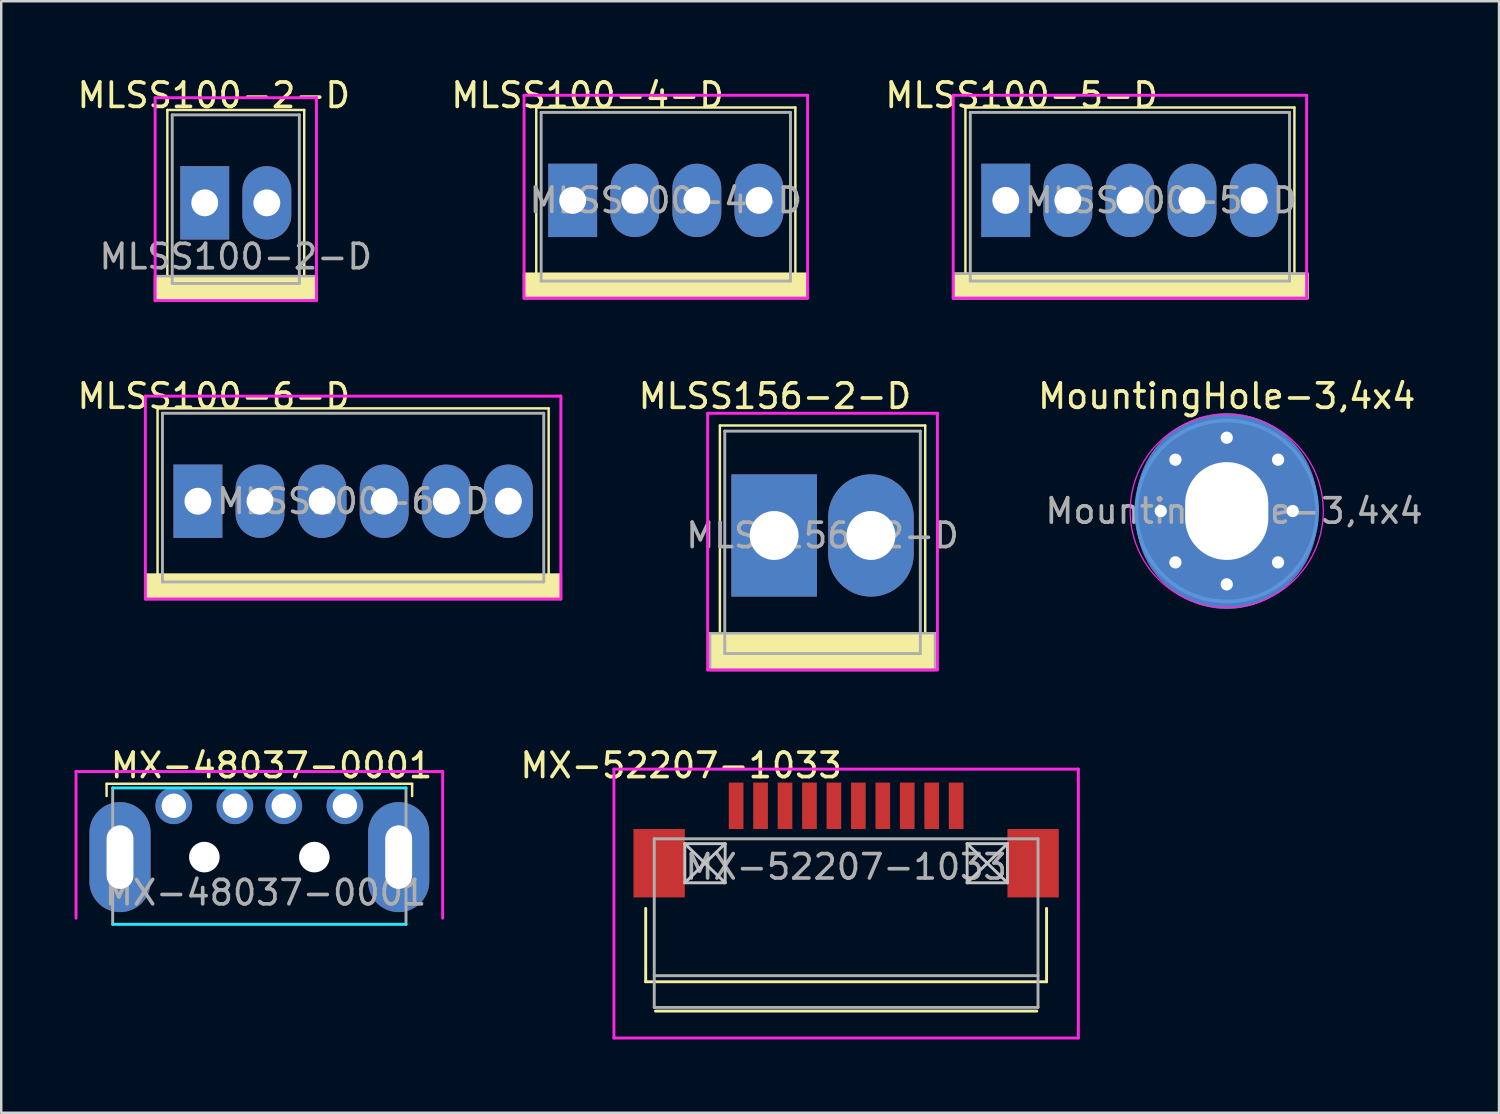
<source format=kicad_pcb>
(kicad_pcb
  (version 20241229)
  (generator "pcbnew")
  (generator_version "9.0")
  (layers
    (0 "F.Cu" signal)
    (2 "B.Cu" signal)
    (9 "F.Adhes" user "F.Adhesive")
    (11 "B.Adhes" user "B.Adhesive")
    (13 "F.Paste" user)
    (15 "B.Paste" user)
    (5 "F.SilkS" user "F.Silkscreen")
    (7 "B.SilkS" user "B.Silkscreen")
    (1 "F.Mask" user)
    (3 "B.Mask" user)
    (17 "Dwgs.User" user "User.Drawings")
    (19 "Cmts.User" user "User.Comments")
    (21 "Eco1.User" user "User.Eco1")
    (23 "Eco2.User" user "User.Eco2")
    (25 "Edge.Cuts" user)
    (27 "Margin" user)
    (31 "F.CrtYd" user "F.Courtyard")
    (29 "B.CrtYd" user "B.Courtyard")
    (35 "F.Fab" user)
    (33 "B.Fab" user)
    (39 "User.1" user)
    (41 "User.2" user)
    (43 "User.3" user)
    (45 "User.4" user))
  (footprint "MLSS100-6-D"
    (layer "F.Cu")
    (at 11.396 17.456)
    (property "Reference" "MLSS100-6-D" (at -5.7 -4.3 0) (layer "F.SilkS") (effects (font (size 1 1) (thickness 0.15))))
    (attr through_hole)
    (fp_line (start -8 -3.8) (end 8 -3.8) (stroke (width 0.1) (type solid)) (layer "F.SilkS"))
    (fp_line (start -8 3.5) (end -8 -3.8) (stroke (width 0.1) (type solid)) (layer "F.SilkS"))
    (fp_line (start 8 -3.8) (end 8 3.5) (stroke (width 0.1) (type solid)) (layer "F.SilkS"))
    (fp_line (start 8 3.5) (end -8 3.5) (stroke (width 0.1) (type solid)) (layer "F.SilkS"))
    (fp_poly (pts (xy 8.5 4) (xy -8.5 4) (xy -8.5 3) (xy 8.5 3)) (stroke (width 0.1) (type solid)) (fill yes) (layer "F.SilkS"))
    (fp_line (start -8.5 -4.3) (end -8.5 4) (stroke (width 0.12) (type solid)) (layer "F.CrtYd"))
    (fp_line (start -8.5 -4.3) (end 8.5 -4.3) (stroke (width 0.12) (type solid)) (layer "F.CrtYd"))
    (fp_line (start 8.5 -4.3) (end 8.5 4) (stroke (width 0.12) (type solid)) (layer "F.CrtYd"))
    (fp_line (start 8.5 4) (end -8.5 4) (stroke (width 0.12) (type solid)) (layer "F.CrtYd"))
    (fp_line (start -7.8 -3.6) (end -7.8 3.3) (stroke (width 0.12) (type solid)) (layer "F.Fab"))
    (fp_line (start -7.8 3.3) (end 7.8 3.3) (stroke (width 0.12) (type solid)) (layer "F.Fab"))
    (fp_line (start 7.8 -3.6) (end -7.8 -3.6) (stroke (width 0.12) (type solid)) (layer "F.Fab"))
    (fp_line (start 7.8 -3.6) (end 7.8 3.3) (stroke (width 0.12) (type solid)) (layer "F.Fab"))
    (fp_text user "${REFERENCE}" (at 0 0 0) (layer "F.Fab") (effects (font (size 1 1) (thickness 0.15))))
    (pad "1" thru_hole rect (at -6.35 0) (size 2 3) (drill 1.1) (layers "*.Cu" "*.Mask"))
    (pad "2" thru_hole oval (at -3.81 0) (size 2 3) (drill 1.1) (layers "*.Cu" "*.Mask"))
    (pad "3" thru_hole oval (at -1.27 0) (size 2 3) (drill 1.1) (layers "*.Cu" "*.Mask"))
    (pad "4" thru_hole oval (at 1.27 0) (size 2 3) (drill 1.1) (layers "*.Cu" "*.Mask"))
    (pad "5" thru_hole oval (at 3.81 0) (size 2 3) (drill 1.1) (layers "*.Cu" "*.Mask"))
    (pad "6" thru_hole oval (at 6.35 0) (size 2 3) (drill 1.1) (layers "*.Cu" "*.Mask")))
  (footprint "MountingHole-3,4x4"
    (layer "F.Cu")
    (at 47.137 17.857)
    (property "Reference" "MountingHole-3,4x4" (at 0 -4.7 0) (layer "F.SilkS") (effects (font (size 1 1) (thickness 0.15))))
    (attr exclude_from_pos_files exclude_from_bom)
    (fp_circle (center 0 0) (end 3.7 0) (stroke (width 0.15) (type solid)) (fill no) (layer "Cmts.User"))
    (fp_circle (center 0 0) (end 3.95 0) (stroke (width 0.05) (type solid)) (fill no) (layer "F.CrtYd"))
    (fp_text user "${REFERENCE}" (at 0.3 0 0) (layer "F.Fab") (effects (font (size 1 1) (thickness 0.15))))
    (pad "1" thru_hole circle (at -2.7 0) (size 0.8 0.8) (drill 0.5) (layers "*.Cu" "*.Mask"))
    (pad "1" thru_hole circle (at -2.1 -2.1) (size 0.8 0.8) (drill 0.5) (layers "*.Cu" "*.Mask"))
    (pad "1" thru_hole circle (at -2.1 2.1) (size 0.8 0.8) (drill 0.5) (layers "*.Cu" "*.Mask"))
    (pad "1" thru_hole circle (at 0 -3) (size 0.8 0.8) (drill 0.5) (layers "*.Cu" "*.Mask"))
    (pad "1" thru_hole oval (at 0 0) (size 7.4 8) (drill oval 3.4 4) (layers "*.Cu" "*.Mask"))
    (pad "1" thru_hole circle (at 0 3) (size 0.8 0.8) (drill 0.5) (layers "*.Cu" "*.Mask"))
    (pad "1" thru_hole circle (at 2.1 -2.1) (size 0.8 0.8) (drill 0.5) (layers "*.Cu" "*.Mask"))
    (pad "1" thru_hole circle (at 2.1 2.1) (size 0.8 0.8) (drill 0.5) (layers "*.Cu" "*.Mask"))
    (pad "1" thru_hole circle (at 2.7 0) (size 0.8 0.8) (drill 0.5) (layers "*.Cu" "*.Mask")))
  (footprint "MLSS100-2-D"
    (layer "F.Cu")
    (at 6.596 5.248)
    (property "Reference" "MLSS100-2-D" (at -0.9 -4.4 0) (layer "F.SilkS") (effects (font (size 1 1) (thickness 0.15))))
    (attr through_hole)
    (fp_line (start -2.8 -3.8) (end 2.8 -3.8) (stroke (width 0.1) (type solid)) (layer "F.SilkS"))
    (fp_line (start -2.8 3.5) (end -2.8 -3.8) (stroke (width 0.1) (type solid)) (layer "F.SilkS"))
    (fp_line (start 2.8 -3.8) (end 2.8 3.5) (stroke (width 0.1) (type solid)) (layer "F.SilkS"))
    (fp_line (start 2.8 3.5) (end -2.8 3.5) (stroke (width 0.1) (type solid)) (layer "F.SilkS"))
    (fp_poly (pts (xy 3.3 4) (xy -3.3 4) (xy -3.3 3) (xy 3.3 3)) (stroke (width 0.1) (type solid)) (fill yes) (layer "F.SilkS"))
    (fp_line (start -3.3 -4.3) (end 3.3 -4.3) (stroke (width 0.12) (type solid)) (layer "F.CrtYd"))
    (fp_line (start -3.3 4) (end -3.3 -4.3) (stroke (width 0.12) (type solid)) (layer "F.CrtYd"))
    (fp_line (start 3.3 -4.3) (end 3.3 4) (stroke (width 0.12) (type solid)) (layer "F.CrtYd"))
    (fp_line (start 3.3 4) (end -3.3 4) (stroke (width 0.12) (type solid)) (layer "F.CrtYd"))
    (fp_line (start -2.6 -3.6) (end -2.6 3.3) (stroke (width 0.12) (type solid)) (layer "F.Fab"))
    (fp_line (start -2.6 3.3) (end 2.6 3.3) (stroke (width 0.12) (type solid)) (layer "F.Fab"))
    (fp_line (start 2.6 -3.6) (end -2.6 -3.6) (stroke (width 0.12) (type solid)) (layer "F.Fab"))
    (fp_line (start 2.6 3.3) (end 2.6 -3.6) (stroke (width 0.12) (type solid)) (layer "F.Fab"))
    (fp_poly (pts (xy 3.3 4) (xy -3.3 4) (xy -3.3 3) (xy 3.3 3)) (stroke (width 0.1) (type solid)) (fill no) (layer "F.Fab"))
    (fp_text user "${REFERENCE}" (at 0 2.2 0) (layer "F.Fab") (effects (font (size 1 1) (thickness 0.15))))
    (pad "1" thru_hole rect (at -1.27 0) (size 2 3) (drill 1.1) (layers "*.Cu" "*.Mask"))
    (pad "2" thru_hole oval (at 1.27 0) (size 2 3) (drill 1.1) (layers "*.Cu" "*.Mask")))
  (footprint "MX-48037-0001"
    (layer "F.Cu")
    (at 7.56 32.015)
    (property "Reference" "MX-48037-0001" (at 0.5 -3.75 0) (layer "F.SilkS") (effects (font (size 1 1) (thickness 0.15))))
    (attr through_hole)
    (fp_line (start -6.25 -3) (end -6.25 -2.5) (stroke (width 0.1) (type solid)) (layer "F.SilkS"))
    (fp_line (start 6.25 -3) (end -6.25 -3) (stroke (width 0.1) (type solid)) (layer "F.SilkS"))
    (fp_line (start 6.25 -2.5) (end 6.25 -3) (stroke (width 0.1) (type solid)) (layer "F.SilkS"))
    (fp_line (start -6 -2.83) (end 6 -2.83) (stroke (width 0.12) (type solid)) (layer "B.CrtYd"))
    (fp_line (start -6 2.75) (end 6 2.75) (stroke (width 0.12) (type solid)) (layer "B.CrtYd"))
    (fp_line (start -7.5 -3.5) (end -7.5 2.5) (stroke (width 0.12) (type solid)) (layer "F.CrtYd"))
    (fp_line (start 7.5 -3.5) (end -7.5 -3.5) (stroke (width 0.12) (type solid)) (layer "F.CrtYd"))
    (fp_line (start 7.5 2.5) (end 7.5 -3.5) (stroke (width 0.12) (type solid)) (layer "F.CrtYd"))
    (fp_line (start -6 2.75) (end -6 -2.83) (stroke (width 0.12) (type solid)) (layer "F.Fab"))
    (fp_line (start 6 2.75) (end 6 -2.83) (stroke (width 0.12) (type solid)) (layer "F.Fab"))
    (fp_text user "${REFERENCE}" (at 0.254 1.456 0) (layer "F.Fab") (effects (font (size 1 1) (thickness 0.15))))
    (pad "" np_thru_hole circle (at -2.25 0) (size 1.25 1.25) (drill 1.25) (layers "*.Cu" "*.Mask"))
    (pad "" np_thru_hole circle (at 2.25 0) (size 1.25 1.25) (drill 1.25) (layers "*.Cu" "*.Mask"))
    (pad "1" thru_hole circle (at 3.5 -2.1) (size 1.5 1.5) (drill 1) (layers "*.Cu" "*.Mask"))
    (pad "2" thru_hole circle (at 1 -2.1) (size 1.5 1.5) (drill 1) (layers "*.Cu" "*.Mask"))
    (pad "3" thru_hole circle (at -1 -2.1) (size 1.5 1.5) (drill 1) (layers "*.Cu" "*.Mask"))
    (pad "4" thru_hole circle (at -3.5 -2.1) (size 1.5 1.5) (drill 1) (layers "*.Cu" "*.Mask"))
    (pad "5" thru_hole oval (at -5.7 0) (size 2.5 4.5) (drill oval 1.1 2.6) (layers "*.Cu" "*.Mask"))
    (pad "5" thru_hole oval (at 5.7 0) (size 2.5 4.5) (drill oval 1.1 2.6) (layers "*.Cu" "*.Mask")))
  (footprint "MLSS100-5-D"
    (layer "F.Cu")
    (at 44.446 5.148)
    (property "Reference" "MLSS100-5-D" (at -5.7 -4.3 0) (layer "F.SilkS") (effects (font (size 1 1) (thickness 0.15))))
    (attr through_hole)
    (fp_line (start -8 -3.8) (end 5.46 -3.8) (stroke (width 0.1) (type solid)) (layer "F.SilkS"))
    (fp_line (start -8 3.5) (end -8 -3.8) (stroke (width 0.1) (type solid)) (layer "F.SilkS"))
    (fp_line (start 5.46 -3.8) (end 5.46 3.5) (stroke (width 0.1) (type solid)) (layer "F.SilkS"))
    (fp_line (start 6 3.5) (end -8 3.5) (stroke (width 0.1) (type solid)) (layer "F.SilkS"))
    (fp_poly (pts (xy 6 4) (xy -8.5 4) (xy -8.5 3) (xy 6 3)) (stroke (width 0.1) (type solid)) (fill yes) (layer "F.SilkS"))
    (fp_line (start -8.5 -4.3) (end -8.5 4) (stroke (width 0.12) (type solid)) (layer "F.CrtYd"))
    (fp_line (start -8.5 -4.3) (end 5.96 -4.3) (stroke (width 0.12) (type solid)) (layer "F.CrtYd"))
    (fp_line (start 5.96 -4.3) (end 5.96 4) (stroke (width 0.12) (type solid)) (layer "F.CrtYd"))
    (fp_line (start 5.96 4) (end -8.5 4) (stroke (width 0.12) (type solid)) (layer "F.CrtYd"))
    (fp_line (start -7.8 -3.6) (end -7.8 3.3) (stroke (width 0.12) (type solid)) (layer "F.Fab"))
    (fp_line (start -7.8 3.3) (end 5.26 3.3) (stroke (width 0.12) (type solid)) (layer "F.Fab"))
    (fp_line (start 5.26 -3.6) (end -7.8 -3.6) (stroke (width 0.12) (type solid)) (layer "F.Fab"))
    (fp_line (start 5.26 -3.6) (end 5.26 3.3) (stroke (width 0.12) (type solid)) (layer "F.Fab"))
    (fp_poly (pts (xy 6 4) (xy -8.5 4) (xy -8.5 3) (xy 6 3)) (stroke (width 0.1) (type solid)) (fill no) (layer "F.Fab"))
    (fp_text user "${REFERENCE}" (at 0 0 0) (layer "F.Fab") (effects (font (size 1 1) (thickness 0.15))))
    (pad "1" thru_hole rect (at -6.35 0) (size 2 3) (drill 1.1) (layers "*.Cu" "*.Mask"))
    (pad "2" thru_hole oval (at -3.81 0) (size 2 3) (drill 1.1) (layers "*.Cu" "*.Mask"))
    (pad "3" thru_hole oval (at -1.27 0) (size 2 3) (drill 1.1) (layers "*.Cu" "*.Mask"))
    (pad "4" thru_hole oval (at 1.27 0) (size 2 3) (drill 1.1) (layers "*.Cu" "*.Mask"))
    (pad "5" thru_hole oval (at 3.81 0) (size 2 3) (drill 1.1) (layers "*.Cu" "*.Mask")))
  (footprint "MX-52207-1033"
    (layer "F.Cu")
    (at 31.566 29.915)
    (property "Reference" "MX-52207-1033" (at -6.75 -1.65 0) (layer "F.SilkS") (effects (font (size 1 1) (thickness 0.15))))
    (attr through_hole)
    (fp_line (start -8.2 4.2) (end -8.2 7.2) (stroke (width 0.12) (type solid)) (layer "F.SilkS"))
    (fp_line (start -7.8 8.4) (end 7.8 8.4) (stroke (width 0.12) (type solid)) (layer "F.SilkS"))
    (fp_line (start 8.2 4.2) (end 8.2 7.2) (stroke (width 0.12) (type solid)) (layer "F.SilkS"))
    (fp_line (start 8.2 7.2) (end -8.2 7.2) (stroke (width 0.12) (type solid)) (layer "F.SilkS"))
    (fp_line (start -6.6 1.55) (end -6.6 3.15) (stroke (width 0.12) (type solid)) (layer "Dwgs.User"))
    (fp_line (start -6.6 1.55) (end -4.95 1.55) (stroke (width 0.12) (type solid)) (layer "Dwgs.User"))
    (fp_line (start -6.6 1.55) (end -4.95 3.15) (stroke (width 0.12) (type solid)) (layer "Dwgs.User"))
    (fp_line (start -6.6 3.15) (end -4.95 3.15) (stroke (width 0.12) (type solid)) (layer "Dwgs.User"))
    (fp_line (start -4.95 1.55) (end -6.6 3.15) (stroke (width 0.12) (type solid)) (layer "Dwgs.User"))
    (fp_line (start -4.95 1.55) (end -4.95 3.15) (stroke (width 0.12) (type solid)) (layer "Dwgs.User"))
    (fp_line (start 4.95 3.15) (end 4.95 1.55) (stroke (width 0.12) (type solid)) (layer "Dwgs.User"))
    (fp_line (start 4.95 3.15) (end 6.6 1.55) (stroke (width 0.12) (type solid)) (layer "Dwgs.User"))
    (fp_line (start 6.6 1.55) (end 4.95 1.55) (stroke (width 0.12) (type solid)) (layer "Dwgs.User"))
    (fp_line (start 6.6 3.15) (end 4.95 1.55) (stroke (width 0.12) (type solid)) (layer "Dwgs.User"))
    (fp_line (start 6.6 3.15) (end 4.95 3.15) (stroke (width 0.12) (type solid)) (layer "Dwgs.User"))
    (fp_line (start 6.6 3.15) (end 6.6 1.55) (stroke (width 0.12) (type solid)) (layer "Dwgs.User"))
    (fp_line (start -9.5 -1.5) (end 9.5 -1.5) (stroke (width 0.12) (type solid)) (layer "F.CrtYd"))
    (fp_line (start -9.5 9.5) (end -9.5 -1.5) (stroke (width 0.12) (type solid)) (layer "F.CrtYd"))
    (fp_line (start 9.5 -1.5) (end 9.5 9.5) (stroke (width 0.12) (type solid)) (layer "F.CrtYd"))
    (fp_line (start 9.5 9.5) (end -9.5 9.5) (stroke (width 0.12) (type solid)) (layer "F.CrtYd"))
    (fp_line (start -7.85 1.35) (end -7.85 8.25) (stroke (width 0.12) (type solid)) (layer "F.Fab"))
    (fp_line (start -7.85 1.35) (end 7.85 1.35) (stroke (width 0.12) (type solid)) (layer "F.Fab"))
    (fp_line (start -7.85 6.95) (end 7.85 6.95) (stroke (width 0.12) (type solid)) (layer "F.Fab"))
    (fp_line (start -7.85 8.25) (end 7.85 8.25) (stroke (width 0.12) (type solid)) (layer "F.Fab"))
    (fp_line (start 7.85 1.35) (end 7.85 8.25) (stroke (width 0.12) (type solid)) (layer "F.Fab"))
    (fp_text user "${REFERENCE}" (at 0 2.5 0) (layer "F.Fab") (effects (font (size 1 1) (thickness 0.15))))
    (pad "" smd rect (at -7.65 2.35) (size 2.1 2.8) (layers "F.Cu" "F.Mask" "F.Paste"))
    (pad "" smd rect (at 7.65 2.35 180) (size 2.1 2.8) (layers "F.Cu" "F.Mask" "F.Paste"))
    (pad "1" smd rect (at -4.5 0) (size 0.6 1.9) (layers "F.Cu" "F.Mask" "F.Paste"))
    (pad "2" smd rect (at -3.5 0) (size 0.6 1.9) (layers "F.Cu" "F.Mask" "F.Paste"))
    (pad "3" smd rect (at -2.5 0) (size 0.6 1.9) (layers "F.Cu" "F.Mask" "F.Paste"))
    (pad "4" smd rect (at -1.5 0) (size 0.6 1.9) (layers "F.Cu" "F.Mask" "F.Paste"))
    (pad "5" smd rect (at -0.5 0) (size 0.6 1.9) (layers "F.Cu" "F.Mask" "F.Paste"))
    (pad "6" smd rect (at 0.5 0) (size 0.6 1.9) (layers "F.Cu" "F.Mask" "F.Paste"))
    (pad "7" smd rect (at 1.5 0) (size 0.6 1.9) (layers "F.Cu" "F.Mask" "F.Paste"))
    (pad "8" smd rect (at 2.5 0) (size 0.6 1.9) (layers "F.Cu" "F.Mask" "F.Paste"))
    (pad "9" smd rect (at 3.5 0) (size 0.6 1.9) (layers "F.Cu" "F.Mask" "F.Paste"))
    (pad "10" smd rect (at 4.5 0) (size 0.6 1.9) (layers "F.Cu" "F.Mask" "F.Paste")))
  (footprint "MLSS100-4-D"
    (layer "F.Cu")
    (at 24.189 5.148)
    (property "Reference" "MLSS100-4-D" (at -3.2 -4.3 0) (layer "F.SilkS") (effects (font (size 1 1) (thickness 0.15))))
    (attr through_hole)
    (fp_line (start -5.3 -3.8) (end 5.3 -3.8) (stroke (width 0.1) (type solid)) (layer "F.SilkS"))
    (fp_line (start -5.3 3.5) (end -5.3 -3.8) (stroke (width 0.1) (type solid)) (layer "F.SilkS"))
    (fp_line (start 5.3 -3.8) (end 5.3 3.5) (stroke (width 0.1) (type solid)) (layer "F.SilkS"))
    (fp_line (start 5.3 3.5) (end -5.3 3.5) (stroke (width 0.1) (type solid)) (layer "F.SilkS"))
    (fp_poly (pts (xy 5.8 4) (xy -5.8 4) (xy -5.8 3) (xy 5.8 3)) (stroke (width 0.1) (type solid)) (fill yes) (layer "F.SilkS"))
    (fp_line (start -5.8 -4.3) (end 5.8 -4.3) (stroke (width 0.12) (type solid)) (layer "F.CrtYd"))
    (fp_line (start -5.8 4) (end -5.8 -4.3) (stroke (width 0.12) (type solid)) (layer "F.CrtYd"))
    (fp_line (start 5.8 -4.3) (end 5.8 4) (stroke (width 0.12) (type solid)) (layer "F.CrtYd"))
    (fp_line (start 5.8 4) (end -5.8 4) (stroke (width 0.12) (type solid)) (layer "F.CrtYd"))
    (fp_line (start -5.1 -3.6) (end -5.1 3.3) (stroke (width 0.12) (type solid)) (layer "F.Fab"))
    (fp_line (start -5.1 3.3) (end 5.1 3.3) (stroke (width 0.12) (type solid)) (layer "F.Fab"))
    (fp_line (start 5.1 -3.6) (end -5.1 -3.6) (stroke (width 0.12) (type solid)) (layer "F.Fab"))
    (fp_line (start 5.1 0) (end 5.1 -3.6) (stroke (width 0.12) (type solid)) (layer "F.Fab"))
    (fp_line (start 5.1 3.3) (end 5.1 0) (stroke (width 0.12) (type solid)) (layer "F.Fab"))
    (fp_text user "${REFERENCE}" (at 0 0 0) (layer "F.Fab") (effects (font (size 1 1) (thickness 0.15))))
    (pad "1" thru_hole rect (at -3.81 0) (size 2 3) (drill 1.1) (layers "*.Cu" "*.Mask"))
    (pad "2" thru_hole oval (at -1.27 0) (size 2 3) (drill 1.1) (layers "*.Cu" "*.Mask"))
    (pad "3" thru_hole oval (at 1.27 0) (size 2 3) (drill 1.1) (layers "*.Cu" "*.Mask"))
    (pad "4" thru_hole oval (at 3.81 0) (size 2 3) (drill 1.1) (layers "*.Cu" "*.Mask")))
  (footprint "MLSS156-2-D"
    (layer "F.Cu")
    (at 30.601 18.857)
    (property "Reference" "MLSS156-2-D" (at -1.948 -5.7 0) (layer "F.SilkS") (effects (font (size 1 1) (thickness 0.15))))
    (attr through_hole)
    (fp_line (start -4.2 -4.5) (end 4.2 -4.5) (stroke (width 0.1) (type solid)) (layer "F.SilkS"))
    (fp_line (start -4.2 5) (end -4.2 -4.5) (stroke (width 0.1) (type solid)) (layer "F.SilkS"))
    (fp_line (start 4.2 -4.5) (end 4.2 5) (stroke (width 0.1) (type solid)) (layer "F.SilkS"))
    (fp_line (start 4.2 5) (end -4.2 5) (stroke (width 0.1) (type solid)) (layer "F.SilkS"))
    (fp_poly (pts (xy 4.6 5.5) (xy -4.6 5.5) (xy -4.6 4) (xy 4.6 4)) (stroke (width 0.1) (type solid)) (fill yes) (layer "F.SilkS"))
    (fp_line (start -4.7 -5) (end 4.7 -5) (stroke (width 0.12) (type solid)) (layer "F.CrtYd"))
    (fp_line (start -4.7 5.5) (end -4.7 -5) (stroke (width 0.12) (type solid)) (layer "F.CrtYd"))
    (fp_line (start 4.7 -5) (end 4.7 5.5) (stroke (width 0.12) (type solid)) (layer "F.CrtYd"))
    (fp_line (start 4.7 5.5) (end -4.7 5.5) (stroke (width 0.12) (type solid)) (layer "F.CrtYd"))
    (fp_line (start -4 -4.27) (end 4 -4.27) (stroke (width 0.12) (type solid)) (layer "F.Fab"))
    (fp_line (start -4 4.83) (end -4 -4.27) (stroke (width 0.12) (type solid)) (layer "F.Fab"))
    (fp_line (start 4 -4.27) (end 4 4.83) (stroke (width 0.12) (type solid)) (layer "F.Fab"))
    (fp_line (start 4 4.83) (end -4 4.83) (stroke (width 0.12) (type solid)) (layer "F.Fab"))
    (fp_poly (pts (xy 4.6 5.5) (xy -4.6 5.5) (xy -4.6 4) (xy 4.6 4)) (stroke (width 0.1) (type solid)) (fill no) (layer "F.Fab"))
    (fp_text user "${REFERENCE}" (at 0 0 0) (layer "F.Fab") (effects (font (size 1 1) (thickness 0.15))))
    (pad "1" thru_hole rect (at -1.98 0) (size 3.5 5) (drill 2) (layers "*.Cu" "*.Mask"))
    (pad "2" thru_hole oval (at 1.98 0) (size 3.5 5) (drill 2) (layers "*.Cu" "*.Mask")))
  (gr_rect
    (start -3 -3)
    (end 58.276 42.475)
    (stroke (width 0.1) (type default))
    (fill no)
    (layer "Edge.Cuts")))
</source>
